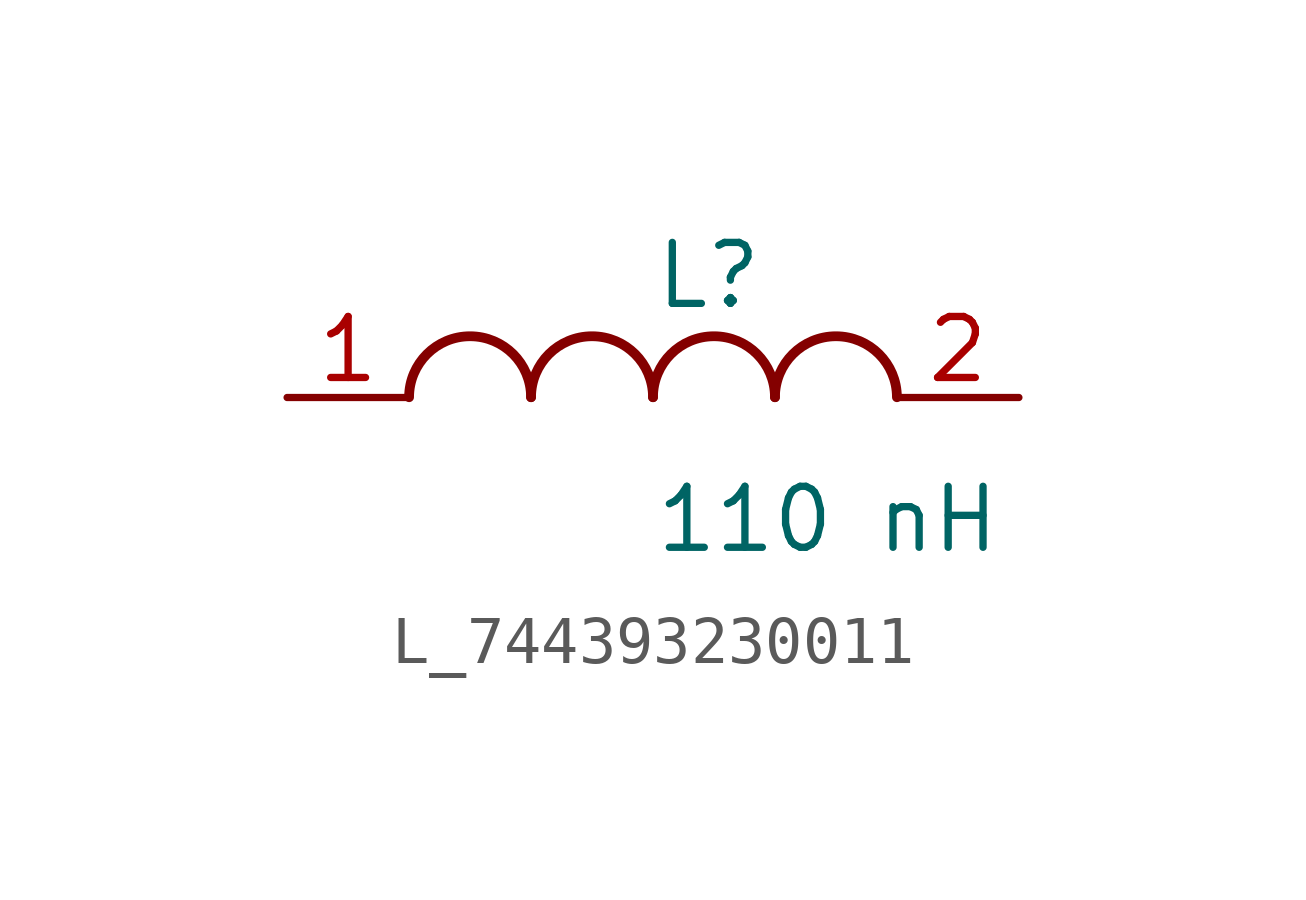
<source format=kicad_sym>
(kicad_symbol_lib
  (version 20231120)
  (generator kicad_symbol_editor)
  (generator_version 8.0)
  (symbol "L_744393230011"
    (pin_names
      (offset 0.254))
    (property "Reference" "L"
      (at 0 2.54 0)
      (effects (font (size 1.27 1.27)) (justify left)))
    (property "Value" "110 nH"
      (at 0 -2.54 0)
      (effects (font (size 1.27 1.27)) (justify left)))
    (symbol "L_744393230011_1_1"
      (arc (start -2.54 0.0056) (mid -3.81 1.27) (end -5.08 0.0056) (stroke (width 0.2032) (type default)) (fill (type none)))
      (arc (start 0 0.0056) (mid -1.27 1.27) (end -2.54 0.0056) (stroke (width 0.2032) (type default)) (fill (type none)))
      (arc (start 2.54 0.0056) (mid 1.27 1.27) (end 0 0.0056) (stroke (width 0.2032) (type default)) (fill (type none)))
      (arc (start 5.08 0.0056) (mid 3.81 1.27) (end 2.54 0.0056) (stroke (width 0.2032) (type default)) (fill (type none)))
      (pin unspecified line (at -7.62 0 0) (length 2.54) (name "" (effects (font (size 1.27 1.27)))) (number "1" (effects (font (size 1.27 1.27)))))
      (pin unspecified line (at 7.62 0 180) (length 2.54) (name "" (effects (font (size 1.27 1.27)))) (number "2" (effects (font (size 1.27 1.27))))))))
</source>
